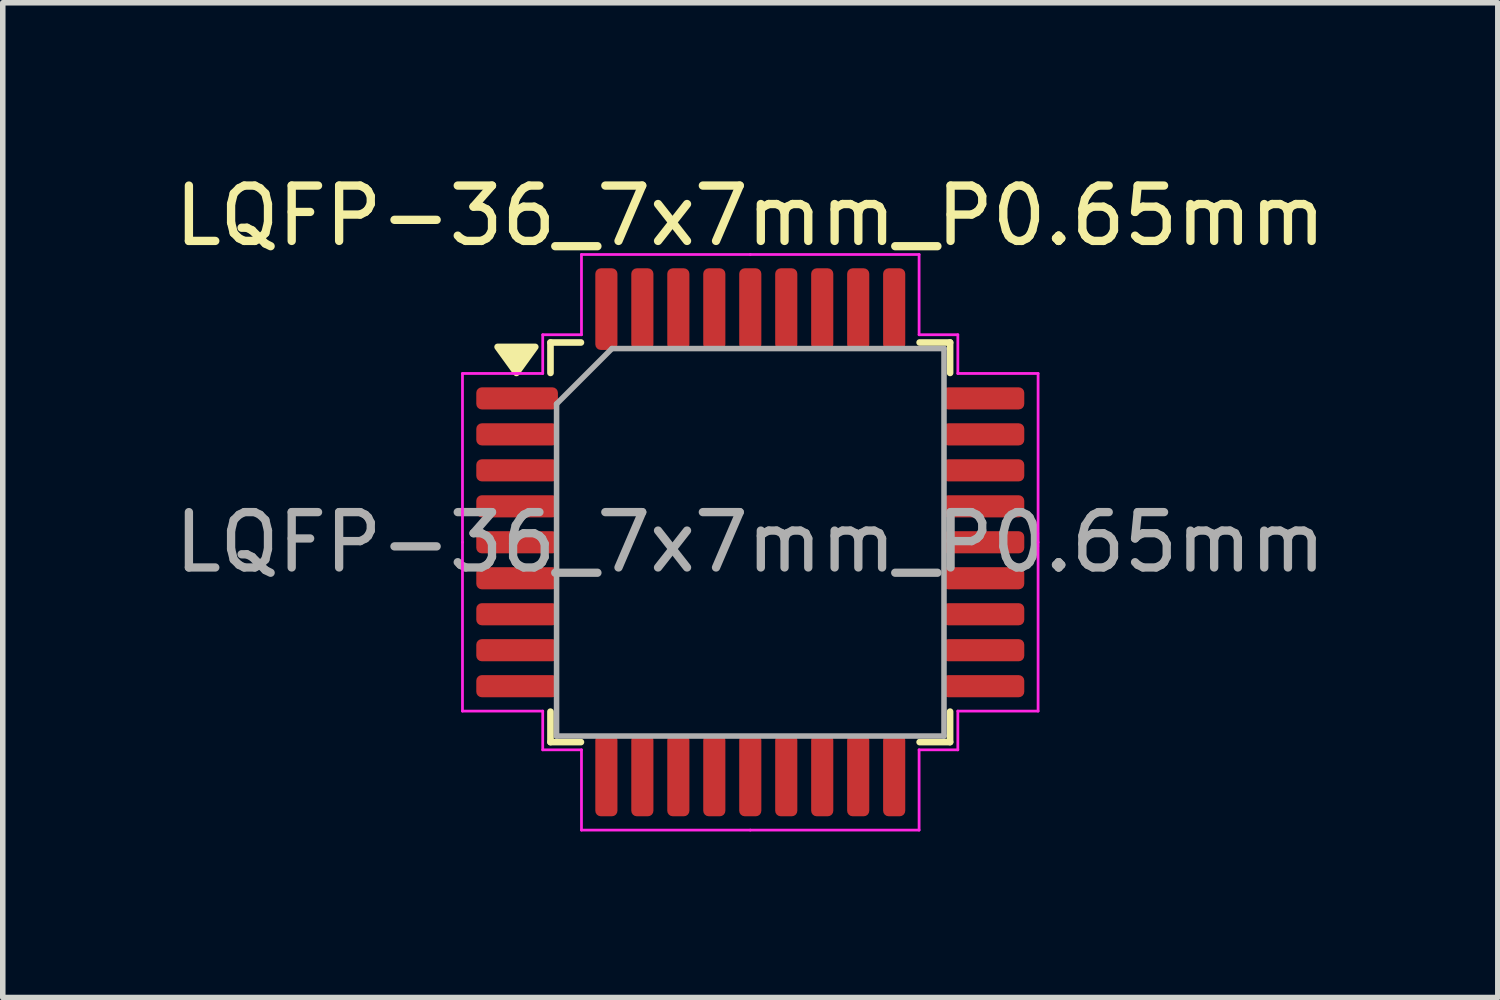
<source format=kicad_pcb>
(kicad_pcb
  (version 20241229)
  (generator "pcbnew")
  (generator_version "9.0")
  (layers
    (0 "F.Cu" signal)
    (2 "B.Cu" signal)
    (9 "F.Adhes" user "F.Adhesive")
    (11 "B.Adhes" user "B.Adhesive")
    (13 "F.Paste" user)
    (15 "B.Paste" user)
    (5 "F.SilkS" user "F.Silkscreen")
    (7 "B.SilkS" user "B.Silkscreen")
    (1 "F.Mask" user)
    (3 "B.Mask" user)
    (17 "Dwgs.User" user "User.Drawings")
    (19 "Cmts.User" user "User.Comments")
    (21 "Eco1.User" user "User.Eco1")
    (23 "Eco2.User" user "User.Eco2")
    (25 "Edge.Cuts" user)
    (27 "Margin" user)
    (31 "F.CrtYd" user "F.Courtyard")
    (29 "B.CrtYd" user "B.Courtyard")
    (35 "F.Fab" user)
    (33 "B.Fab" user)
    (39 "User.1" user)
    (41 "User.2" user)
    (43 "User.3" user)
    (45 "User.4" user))
  (footprint "LQFP-36_7x7mm_P0.65mm"
    (layer "F.Cu")
    (at 10.506 6.748)
    (property "Reference" "LQFP-36_7x7mm_P0.65mm" (at 0 -5.9 0) (layer "F.SilkS") (effects (font (size 1 1) (thickness 0.15))))
    (attr smd)
    (fp_line (start -3.61 -3.61) (end -3.61 -3.06) (stroke (width 0.12) (type solid)) (layer "F.SilkS"))
    (fp_line (start -3.61 3.61) (end -3.61 3.06) (stroke (width 0.12) (type solid)) (layer "F.SilkS"))
    (fp_line (start -3.06 -3.61) (end -3.61 -3.61) (stroke (width 0.12) (type solid)) (layer "F.SilkS"))
    (fp_line (start -3.06 3.61) (end -3.61 3.61) (stroke (width 0.12) (type solid)) (layer "F.SilkS"))
    (fp_line (start 3.06 -3.61) (end 3.61 -3.61) (stroke (width 0.12) (type solid)) (layer "F.SilkS"))
    (fp_line (start 3.06 3.61) (end 3.61 3.61) (stroke (width 0.12) (type solid)) (layer "F.SilkS"))
    (fp_line (start 3.61 -3.61) (end 3.61 -3.06) (stroke (width 0.12) (type solid)) (layer "F.SilkS"))
    (fp_line (start 3.61 3.61) (end 3.61 3.06) (stroke (width 0.12) (type solid)) (layer "F.SilkS"))
    (fp_poly (pts (xy -4.225 -3.06) (xy -4.565 -3.53) (xy -3.885 -3.53) (xy -4.225 -3.06)) (stroke (width 0.12) (type solid)) (fill yes) (layer "F.SilkS"))
    (fp_line (start -5.2 -3.05) (end -5.2 0) (stroke (width 0.05) (type solid)) (layer "F.CrtYd"))
    (fp_line (start -5.2 3.05) (end -5.2 0) (stroke (width 0.05) (type solid)) (layer "F.CrtYd"))
    (fp_line (start -3.75 -3.75) (end -3.75 -3.05) (stroke (width 0.05) (type solid)) (layer "F.CrtYd"))
    (fp_line (start -3.75 -3.05) (end -5.2 -3.05) (stroke (width 0.05) (type solid)) (layer "F.CrtYd"))
    (fp_line (start -3.75 3.05) (end -5.2 3.05) (stroke (width 0.05) (type solid)) (layer "F.CrtYd"))
    (fp_line (start -3.75 3.75) (end -3.75 3.05) (stroke (width 0.05) (type solid)) (layer "F.CrtYd"))
    (fp_line (start -3.05 -5.2) (end -3.05 -3.75) (stroke (width 0.05) (type solid)) (layer "F.CrtYd"))
    (fp_line (start -3.05 -3.75) (end -3.75 -3.75) (stroke (width 0.05) (type solid)) (layer "F.CrtYd"))
    (fp_line (start -3.05 3.75) (end -3.75 3.75) (stroke (width 0.05) (type solid)) (layer "F.CrtYd"))
    (fp_line (start -3.05 5.2) (end -3.05 3.75) (stroke (width 0.05) (type solid)) (layer "F.CrtYd"))
    (fp_line (start 0 -5.2) (end -3.05 -5.2) (stroke (width 0.05) (type solid)) (layer "F.CrtYd"))
    (fp_line (start 0 -5.2) (end 3.05 -5.2) (stroke (width 0.05) (type solid)) (layer "F.CrtYd"))
    (fp_line (start 0 5.2) (end -3.05 5.2) (stroke (width 0.05) (type solid)) (layer "F.CrtYd"))
    (fp_line (start 0 5.2) (end 3.05 5.2) (stroke (width 0.05) (type solid)) (layer "F.CrtYd"))
    (fp_line (start 3.05 -5.2) (end 3.05 -3.75) (stroke (width 0.05) (type solid)) (layer "F.CrtYd"))
    (fp_line (start 3.05 -3.75) (end 3.75 -3.75) (stroke (width 0.05) (type solid)) (layer "F.CrtYd"))
    (fp_line (start 3.05 3.75) (end 3.75 3.75) (stroke (width 0.05) (type solid)) (layer "F.CrtYd"))
    (fp_line (start 3.05 5.2) (end 3.05 3.75) (stroke (width 0.05) (type solid)) (layer "F.CrtYd"))
    (fp_line (start 3.75 -3.75) (end 3.75 -3.05) (stroke (width 0.05) (type solid)) (layer "F.CrtYd"))
    (fp_line (start 3.75 -3.05) (end 5.2 -3.05) (stroke (width 0.05) (type solid)) (layer "F.CrtYd"))
    (fp_line (start 3.75 3.05) (end 5.2 3.05) (stroke (width 0.05) (type solid)) (layer "F.CrtYd"))
    (fp_line (start 3.75 3.75) (end 3.75 3.05) (stroke (width 0.05) (type solid)) (layer "F.CrtYd"))
    (fp_line (start 5.2 -3.05) (end 5.2 0) (stroke (width 0.05) (type solid)) (layer "F.CrtYd"))
    (fp_line (start 5.2 3.05) (end 5.2 0) (stroke (width 0.05) (type solid)) (layer "F.CrtYd"))
    (fp_line (start -3.5 -2.5) (end -2.5 -3.5) (stroke (width 0.1) (type solid)) (layer "F.Fab"))
    (fp_line (start -3.5 3.5) (end -3.5 -2.5) (stroke (width 0.1) (type solid)) (layer "F.Fab"))
    (fp_line (start -2.5 -3.5) (end 3.5 -3.5) (stroke (width 0.1) (type solid)) (layer "F.Fab"))
    (fp_line (start 3.5 -3.5) (end 3.5 3.5) (stroke (width 0.1) (type solid)) (layer "F.Fab"))
    (fp_line (start 3.5 3.5) (end -3.5 3.5) (stroke (width 0.1) (type solid)) (layer "F.Fab"))
    (fp_text user "${REFERENCE}" (at 0 0 0) (layer "F.Fab") (effects (font (size 1 1) (thickness 0.15))))
    (pad "1" smd roundrect (at -4.213 -2.6) (size 1.475 0.4) (layers "F.Cu" "F.Mask" "F.Paste") (roundrect_rratio 0.25))
    (pad "2" smd roundrect (at -4.213 -1.95) (size 1.475 0.4) (layers "F.Cu" "F.Mask" "F.Paste") (roundrect_rratio 0.25))
    (pad "3" smd roundrect (at -4.213 -1.3) (size 1.475 0.4) (layers "F.Cu" "F.Mask" "F.Paste") (roundrect_rratio 0.25))
    (pad "4" smd roundrect (at -4.213 -0.65) (size 1.475 0.4) (layers "F.Cu" "F.Mask" "F.Paste") (roundrect_rratio 0.25))
    (pad "5" smd roundrect (at -4.213 0) (size 1.475 0.4) (layers "F.Cu" "F.Mask" "F.Paste") (roundrect_rratio 0.25))
    (pad "6" smd roundrect (at -4.213 0.65) (size 1.475 0.4) (layers "F.Cu" "F.Mask" "F.Paste") (roundrect_rratio 0.25))
    (pad "7" smd roundrect (at -4.213 1.3) (size 1.475 0.4) (layers "F.Cu" "F.Mask" "F.Paste") (roundrect_rratio 0.25))
    (pad "8" smd roundrect (at -4.213 1.95) (size 1.475 0.4) (layers "F.Cu" "F.Mask" "F.Paste") (roundrect_rratio 0.25))
    (pad "9" smd roundrect (at -4.213 2.6) (size 1.475 0.4) (layers "F.Cu" "F.Mask" "F.Paste") (roundrect_rratio 0.25))
    (pad "10" smd roundrect (at -2.6 4.213) (size 0.4 1.475) (layers "F.Cu" "F.Mask" "F.Paste") (roundrect_rratio 0.25))
    (pad "11" smd roundrect (at -1.95 4.213) (size 0.4 1.475) (layers "F.Cu" "F.Mask" "F.Paste") (roundrect_rratio 0.25))
    (pad "12" smd roundrect (at -1.3 4.213) (size 0.4 1.475) (layers "F.Cu" "F.Mask" "F.Paste") (roundrect_rratio 0.25))
    (pad "13" smd roundrect (at -0.65 4.213) (size 0.4 1.475) (layers "F.Cu" "F.Mask" "F.Paste") (roundrect_rratio 0.25))
    (pad "14" smd roundrect (at 0 4.213) (size 0.4 1.475) (layers "F.Cu" "F.Mask" "F.Paste") (roundrect_rratio 0.25))
    (pad "15" smd roundrect (at 0.65 4.213) (size 0.4 1.475) (layers "F.Cu" "F.Mask" "F.Paste") (roundrect_rratio 0.25))
    (pad "16" smd roundrect (at 1.3 4.213) (size 0.4 1.475) (layers "F.Cu" "F.Mask" "F.Paste") (roundrect_rratio 0.25))
    (pad "17" smd roundrect (at 1.95 4.213) (size 0.4 1.475) (layers "F.Cu" "F.Mask" "F.Paste") (roundrect_rratio 0.25))
    (pad "18" smd roundrect (at 2.6 4.213) (size 0.4 1.475) (layers "F.Cu" "F.Mask" "F.Paste") (roundrect_rratio 0.25))
    (pad "19" smd roundrect (at 4.213 2.6) (size 1.475 0.4) (layers "F.Cu" "F.Mask" "F.Paste") (roundrect_rratio 0.25))
    (pad "20" smd roundrect (at 4.213 1.95) (size 1.475 0.4) (layers "F.Cu" "F.Mask" "F.Paste") (roundrect_rratio 0.25))
    (pad "21" smd roundrect (at 4.213 1.3) (size 1.475 0.4) (layers "F.Cu" "F.Mask" "F.Paste") (roundrect_rratio 0.25))
    (pad "22" smd roundrect (at 4.213 0.65) (size 1.475 0.4) (layers "F.Cu" "F.Mask" "F.Paste") (roundrect_rratio 0.25))
    (pad "23" smd roundrect (at 4.213 0) (size 1.475 0.4) (layers "F.Cu" "F.Mask" "F.Paste") (roundrect_rratio 0.25))
    (pad "24" smd roundrect (at 4.213 -0.65) (size 1.475 0.4) (layers "F.Cu" "F.Mask" "F.Paste") (roundrect_rratio 0.25))
    (pad "25" smd roundrect (at 4.213 -1.3) (size 1.475 0.4) (layers "F.Cu" "F.Mask" "F.Paste") (roundrect_rratio 0.25))
    (pad "26" smd roundrect (at 4.213 -1.95) (size 1.475 0.4) (layers "F.Cu" "F.Mask" "F.Paste") (roundrect_rratio 0.25))
    (pad "27" smd roundrect (at 4.213 -2.6) (size 1.475 0.4) (layers "F.Cu" "F.Mask" "F.Paste") (roundrect_rratio 0.25))
    (pad "28" smd roundrect (at 2.6 -4.213) (size 0.4 1.475) (layers "F.Cu" "F.Mask" "F.Paste") (roundrect_rratio 0.25))
    (pad "29" smd roundrect (at 1.95 -4.213) (size 0.4 1.475) (layers "F.Cu" "F.Mask" "F.Paste") (roundrect_rratio 0.25))
    (pad "30" smd roundrect (at 1.3 -4.213) (size 0.4 1.475) (layers "F.Cu" "F.Mask" "F.Paste") (roundrect_rratio 0.25))
    (pad "31" smd roundrect (at 0.65 -4.213) (size 0.4 1.475) (layers "F.Cu" "F.Mask" "F.Paste") (roundrect_rratio 0.25))
    (pad "32" smd roundrect (at 0 -4.213) (size 0.4 1.475) (layers "F.Cu" "F.Mask" "F.Paste") (roundrect_rratio 0.25))
    (pad "33" smd roundrect (at -0.65 -4.213) (size 0.4 1.475) (layers "F.Cu" "F.Mask" "F.Paste") (roundrect_rratio 0.25))
    (pad "34" smd roundrect (at -1.3 -4.213) (size 0.4 1.475) (layers "F.Cu" "F.Mask" "F.Paste") (roundrect_rratio 0.25))
    (pad "35" smd roundrect (at -1.95 -4.213) (size 0.4 1.475) (layers "F.Cu" "F.Mask" "F.Paste") (roundrect_rratio 0.25))
    (pad "36" smd roundrect (at -2.6 -4.213) (size 0.4 1.475) (layers "F.Cu" "F.Mask" "F.Paste") (roundrect_rratio 0.25)))
  (gr_rect
    (start -3 -3)
    (end 24.012 14.973)
    (stroke (width 0.1) (type default))
    (fill no)
    (layer "Edge.Cuts")))
</source>
